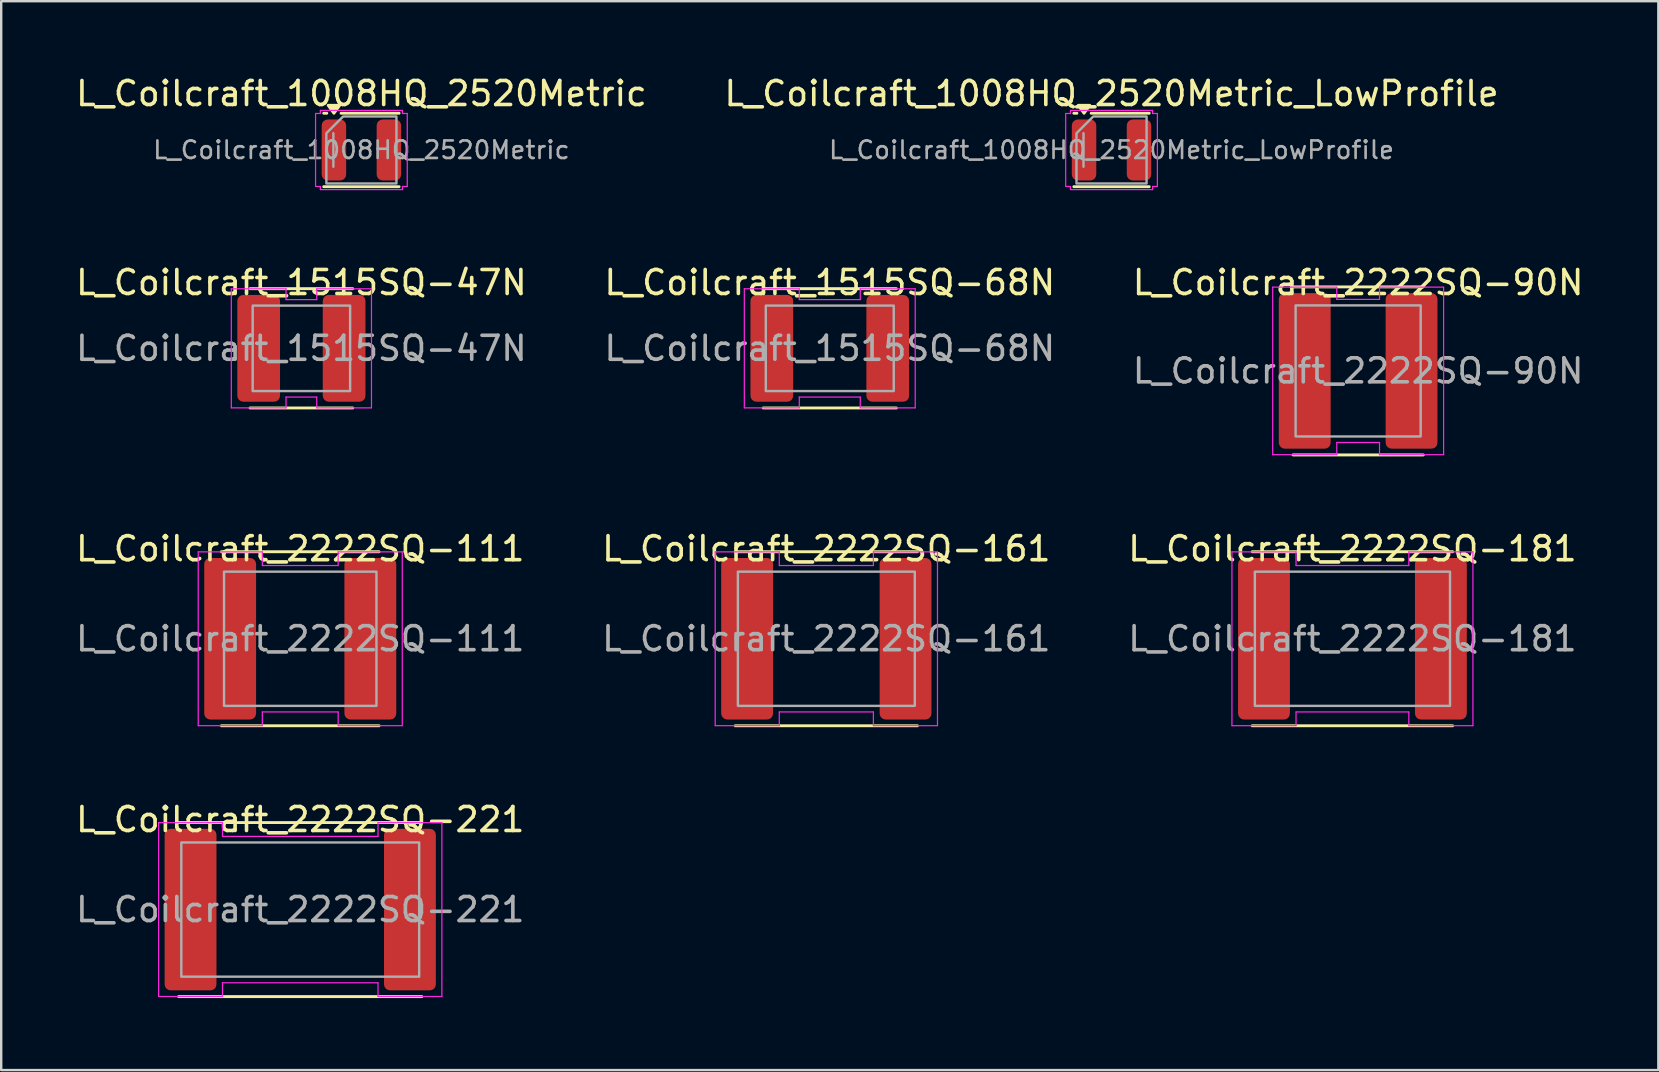
<source format=kicad_pcb>
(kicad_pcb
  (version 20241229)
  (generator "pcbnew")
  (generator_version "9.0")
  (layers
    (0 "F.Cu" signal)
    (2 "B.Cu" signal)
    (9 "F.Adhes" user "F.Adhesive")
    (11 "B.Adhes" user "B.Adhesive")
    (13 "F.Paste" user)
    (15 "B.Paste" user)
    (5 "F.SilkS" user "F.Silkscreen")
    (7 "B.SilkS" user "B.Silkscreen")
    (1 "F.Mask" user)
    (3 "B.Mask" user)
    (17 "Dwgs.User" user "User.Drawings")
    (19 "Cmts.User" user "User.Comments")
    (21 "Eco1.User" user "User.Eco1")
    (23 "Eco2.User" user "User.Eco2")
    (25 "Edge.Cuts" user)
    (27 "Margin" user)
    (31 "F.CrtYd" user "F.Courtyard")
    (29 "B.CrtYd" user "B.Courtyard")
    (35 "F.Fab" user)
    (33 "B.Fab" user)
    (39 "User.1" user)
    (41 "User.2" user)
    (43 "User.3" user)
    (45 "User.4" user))
  (footprint "L_Coilcraft_1515SQ-47N"
    (layer "F.Cu")
    (at 9.506 11.461)
    (property "Reference" "L_Coilcraft_1515SQ-47N" (at 0 -2.74 0) (layer "F.SilkS") (effects (font (size 1 1) (thickness 0.15))))
    (attr smd)
    (fp_line (start -2.14 -2.485) (end 2.14 -2.485) (stroke (width 0.12) (type solid)) (layer "F.SilkS"))
    (fp_line (start 2.14 2.485) (end -2.14 2.485) (stroke (width 0.12) (type solid)) (layer "F.SilkS"))
    (fp_line (start -2.92 -2.48) (end -0.64 -2.48) (stroke (width 0.05) (type solid)) (layer "F.CrtYd"))
    (fp_line (start -2.92 2.48) (end -2.92 -2.48) (stroke (width 0.05) (type solid)) (layer "F.CrtYd"))
    (fp_line (start -0.64 -2.48) (end -0.64 -2.03) (stroke (width 0.05) (type solid)) (layer "F.CrtYd"))
    (fp_line (start -0.64 -2.03) (end 0.64 -2.03) (stroke (width 0.05) (type solid)) (layer "F.CrtYd"))
    (fp_line (start -0.64 2.03) (end -0.64 2.48) (stroke (width 0.05) (type solid)) (layer "F.CrtYd"))
    (fp_line (start -0.64 2.48) (end -2.92 2.48) (stroke (width 0.05) (type solid)) (layer "F.CrtYd"))
    (fp_line (start 0.64 -2.48) (end 2.92 -2.48) (stroke (width 0.05) (type solid)) (layer "F.CrtYd"))
    (fp_line (start 0.64 -2.03) (end 0.64 -2.48) (stroke (width 0.05) (type solid)) (layer "F.CrtYd"))
    (fp_line (start 0.64 2.03) (end -0.64 2.03) (stroke (width 0.05) (type solid)) (layer "F.CrtYd"))
    (fp_line (start 0.64 2.48) (end 0.64 2.03) (stroke (width 0.05) (type solid)) (layer "F.CrtYd"))
    (fp_line (start 2.92 -2.48) (end 2.92 2.48) (stroke (width 0.05) (type solid)) (layer "F.CrtYd"))
    (fp_line (start 2.92 2.48) (end 0.64 2.48) (stroke (width 0.05) (type solid)) (layer "F.CrtYd"))
    (fp_rect (start -2.03 -1.78) (end 2.03 1.78) (stroke (width 0.1) (type solid)) (fill no) (layer "F.Fab"))
    (fp_text user "${REFERENCE}" (at 0 0 0) (layer "F.Fab") (effects (font (size 1 1) (thickness 0.15))))
    (pad "1" smd roundrect (at -1.78 0) (size 1.78 4.45) (layers "F.Cu" "F.Mask" "F.Paste") (roundrect_rratio 0.14))
    (pad "2" smd roundrect (at 1.78 0) (size 1.78 4.45) (layers "F.Cu" "F.Mask" "F.Paste") (roundrect_rratio 0.14)))
  (footprint "L_Coilcraft_2222SQ-161"
    (layer "F.Cu")
    (at 31.375 23.56)
    (property "Reference" "L_Coilcraft_2222SQ-161" (at 0 -3.75 0) (layer "F.SilkS") (effects (font (size 1 1) (thickness 0.15))))
    (attr smd)
    (fp_line (start -3.795 -3.625) (end 3.795 -3.625) (stroke (width 0.12) (type solid)) (layer "F.SilkS"))
    (fp_line (start 3.795 3.625) (end -3.795 3.625) (stroke (width 0.12) (type solid)) (layer "F.SilkS"))
    (fp_line (start -4.63 -3.62) (end -1.96 -3.62) (stroke (width 0.05) (type solid)) (layer "F.CrtYd"))
    (fp_line (start -4.63 3.62) (end -4.63 -3.62) (stroke (width 0.05) (type solid)) (layer "F.CrtYd"))
    (fp_line (start -1.96 -3.62) (end -1.96 -3.05) (stroke (width 0.05) (type solid)) (layer "F.CrtYd"))
    (fp_line (start -1.96 -3.05) (end 1.96 -3.05) (stroke (width 0.05) (type solid)) (layer "F.CrtYd"))
    (fp_line (start -1.96 3.05) (end -1.96 3.62) (stroke (width 0.05) (type solid)) (layer "F.CrtYd"))
    (fp_line (start -1.96 3.62) (end -4.63 3.62) (stroke (width 0.05) (type solid)) (layer "F.CrtYd"))
    (fp_line (start 1.96 -3.62) (end 4.63 -3.62) (stroke (width 0.05) (type solid)) (layer "F.CrtYd"))
    (fp_line (start 1.96 -3.05) (end 1.96 -3.62) (stroke (width 0.05) (type solid)) (layer "F.CrtYd"))
    (fp_line (start 1.96 3.05) (end -1.96 3.05) (stroke (width 0.05) (type solid)) (layer "F.CrtYd"))
    (fp_line (start 1.96 3.62) (end 1.96 3.05) (stroke (width 0.05) (type solid)) (layer "F.CrtYd"))
    (fp_line (start 4.63 -3.62) (end 4.63 3.62) (stroke (width 0.05) (type solid)) (layer "F.CrtYd"))
    (fp_line (start 4.63 3.62) (end 1.96 3.62) (stroke (width 0.05) (type solid)) (layer "F.CrtYd"))
    (fp_rect (start -3.685 -2.795) (end 3.685 2.795) (stroke (width 0.1) (type solid)) (fill no) (layer "F.Fab"))
    (fp_text user "${REFERENCE}" (at 0 0 0) (layer "F.Fab") (effects (font (size 1 1) (thickness 0.15))))
    (pad "1" smd roundrect (at -3.3 0) (size 2.16 6.73) (layers "F.Cu" "F.Mask" "F.Paste") (roundrect_rratio 0.116))
    (pad "2" smd roundrect (at 3.3 0) (size 2.16 6.73) (layers "F.Cu" "F.Mask" "F.Paste") (roundrect_rratio 0.116)))
  (footprint "L_Coilcraft_2222SQ-111"
    (layer "F.Cu")
    (at 9.458 23.56)
    (property "Reference" "L_Coilcraft_2222SQ-111" (at 0 -3.75 0) (layer "F.SilkS") (effects (font (size 1 1) (thickness 0.15))))
    (attr smd)
    (fp_line (start -3.285 -3.625) (end 3.285 -3.625) (stroke (width 0.12) (type solid)) (layer "F.SilkS"))
    (fp_line (start 3.285 3.625) (end -3.285 3.625) (stroke (width 0.12) (type solid)) (layer "F.SilkS"))
    (fp_line (start -4.25 -3.62) (end -1.58 -3.62) (stroke (width 0.05) (type solid)) (layer "F.CrtYd"))
    (fp_line (start -4.25 3.62) (end -4.25 -3.62) (stroke (width 0.05) (type solid)) (layer "F.CrtYd"))
    (fp_line (start -1.58 -3.62) (end -1.58 -3.05) (stroke (width 0.05) (type solid)) (layer "F.CrtYd"))
    (fp_line (start -1.58 -3.05) (end 1.58 -3.05) (stroke (width 0.05) (type solid)) (layer "F.CrtYd"))
    (fp_line (start -1.58 3.05) (end -1.58 3.62) (stroke (width 0.05) (type solid)) (layer "F.CrtYd"))
    (fp_line (start -1.58 3.62) (end -4.25 3.62) (stroke (width 0.05) (type solid)) (layer "F.CrtYd"))
    (fp_line (start 1.58 -3.62) (end 4.25 -3.62) (stroke (width 0.05) (type solid)) (layer "F.CrtYd"))
    (fp_line (start 1.58 -3.05) (end 1.58 -3.62) (stroke (width 0.05) (type solid)) (layer "F.CrtYd"))
    (fp_line (start 1.58 3.05) (end -1.58 3.05) (stroke (width 0.05) (type solid)) (layer "F.CrtYd"))
    (fp_line (start 1.58 3.62) (end 1.58 3.05) (stroke (width 0.05) (type solid)) (layer "F.CrtYd"))
    (fp_line (start 4.25 -3.62) (end 4.25 3.62) (stroke (width 0.05) (type solid)) (layer "F.CrtYd"))
    (fp_line (start 4.25 3.62) (end 1.58 3.62) (stroke (width 0.05) (type solid)) (layer "F.CrtYd"))
    (fp_rect (start -3.175 -2.795) (end 3.175 2.795) (stroke (width 0.1) (type solid)) (fill no) (layer "F.Fab"))
    (fp_text user "${REFERENCE}" (at 0 0 0) (layer "F.Fab") (effects (font (size 1 1) (thickness 0.15))))
    (pad "1" smd roundrect (at -2.92 0) (size 2.16 6.73) (layers "F.Cu" "F.Mask" "F.Paste") (roundrect_rratio 0.116))
    (pad "2" smd roundrect (at 2.92 0) (size 2.16 6.73) (layers "F.Cu" "F.Mask" "F.Paste") (roundrect_rratio 0.116)))
  (footprint "L_Coilcraft_2222SQ-90N"
    (layer "F.Cu")
    (at 53.53 12.402)
    (property "Reference" "L_Coilcraft_2222SQ-90N" (at 0 -3.68 0) (layer "F.SilkS") (effects (font (size 1 1) (thickness 0.15))))
    (attr smd)
    (fp_line (start -2.715 -3.5) (end 2.715 -3.5) (stroke (width 0.12) (type solid)) (layer "F.SilkS"))
    (fp_line (start 2.715 3.5) (end -2.715 3.5) (stroke (width 0.12) (type solid)) (layer "F.SilkS"))
    (fp_line (start -3.56 -3.49) (end -0.89 -3.49) (stroke (width 0.05) (type solid)) (layer "F.CrtYd"))
    (fp_line (start -3.56 3.49) (end -3.56 -3.49) (stroke (width 0.05) (type solid)) (layer "F.CrtYd"))
    (fp_line (start -0.89 -3.49) (end -0.89 -2.98) (stroke (width 0.05) (type solid)) (layer "F.CrtYd"))
    (fp_line (start -0.89 -2.98) (end 0.89 -2.98) (stroke (width 0.05) (type solid)) (layer "F.CrtYd"))
    (fp_line (start -0.89 2.98) (end -0.89 3.49) (stroke (width 0.05) (type solid)) (layer "F.CrtYd"))
    (fp_line (start -0.89 3.49) (end -3.56 3.49) (stroke (width 0.05) (type solid)) (layer "F.CrtYd"))
    (fp_line (start 0.89 -3.49) (end 3.56 -3.49) (stroke (width 0.05) (type solid)) (layer "F.CrtYd"))
    (fp_line (start 0.89 -2.98) (end 0.89 -3.49) (stroke (width 0.05) (type solid)) (layer "F.CrtYd"))
    (fp_line (start 0.89 2.98) (end -0.89 2.98) (stroke (width 0.05) (type solid)) (layer "F.CrtYd"))
    (fp_line (start 0.89 3.49) (end 0.89 2.98) (stroke (width 0.05) (type solid)) (layer "F.CrtYd"))
    (fp_line (start 3.56 -3.49) (end 3.56 3.49) (stroke (width 0.05) (type solid)) (layer "F.CrtYd"))
    (fp_line (start 3.56 3.49) (end 0.89 3.49) (stroke (width 0.05) (type solid)) (layer "F.CrtYd"))
    (fp_rect (start -2.605 -2.73) (end 2.605 2.73) (stroke (width 0.1) (type solid)) (fill no) (layer "F.Fab"))
    (fp_text user "${REFERENCE}" (at 0 0 0) (layer "F.Fab") (effects (font (size 1 1) (thickness 0.15))))
    (pad "1" smd roundrect (at -2.225 0) (size 2.16 6.48) (layers "F.Cu" "F.Mask" "F.Paste") (roundrect_rratio 0.116))
    (pad "2" smd roundrect (at 2.225 0) (size 2.16 6.48) (layers "F.Cu" "F.Mask" "F.Paste") (roundrect_rratio 0.116)))
  (footprint "L_Coilcraft_1008HQ_2520Metric"
    (layer "F.Cu")
    (at 12.006 3.198)
    (property "Reference" "L_Coilcraft_1008HQ_2520Metric" (at 0 -2.35 0) (layer "F.SilkS") (effects (font (size 1 1) (thickness 0.15))))
    (attr smd)
    (fp_line (start -1.57 -1.53) (end -1.442 -1.53) (stroke (width 0.12) (type solid)) (layer "F.SilkS"))
    (fp_line (start -0.848 -1.53) (end 1.57 -1.53) (stroke (width 0.12) (type solid)) (layer "F.SilkS"))
    (fp_line (start 1.57 1.53) (end -1.57 1.53) (stroke (width 0.12) (type solid)) (layer "F.SilkS"))
    (fp_poly (pts (xy -1.145 -1.53) (xy -1.385 -1.86) (xy -0.905 -1.86)) (stroke (width 0.12) (type solid)) (fill yes) (layer "F.SilkS"))
    (fp_line (start -1.91 -1.52) (end -1.71 -1.52) (stroke (width 0.05) (type solid)) (layer "F.CrtYd"))
    (fp_line (start -1.91 1.52) (end -1.91 -1.52) (stroke (width 0.05) (type solid)) (layer "F.CrtYd"))
    (fp_line (start -1.71 -1.65) (end 1.71 -1.65) (stroke (width 0.05) (type solid)) (layer "F.CrtYd"))
    (fp_line (start -1.71 -1.52) (end -1.71 -1.65) (stroke (width 0.05) (type solid)) (layer "F.CrtYd"))
    (fp_line (start -1.71 1.52) (end -1.91 1.52) (stroke (width 0.05) (type solid)) (layer "F.CrtYd"))
    (fp_line (start -1.71 1.65) (end -1.71 1.52) (stroke (width 0.05) (type solid)) (layer "F.CrtYd"))
    (fp_line (start 1.71 -1.65) (end 1.71 -1.52) (stroke (width 0.05) (type solid)) (layer "F.CrtYd"))
    (fp_line (start 1.71 -1.52) (end 1.91 -1.52) (stroke (width 0.05) (type solid)) (layer "F.CrtYd"))
    (fp_line (start 1.71 1.52) (end 1.71 1.65) (stroke (width 0.05) (type solid)) (layer "F.CrtYd"))
    (fp_line (start 1.71 1.65) (end -1.71 1.65) (stroke (width 0.05) (type solid)) (layer "F.CrtYd"))
    (fp_line (start 1.91 -1.52) (end 1.91 1.52) (stroke (width 0.05) (type solid)) (layer "F.CrtYd"))
    (fp_line (start 1.91 1.52) (end 1.71 1.52) (stroke (width 0.05) (type solid)) (layer "F.CrtYd"))
    (fp_line (start -1.168 0.698) (end -1.168 -0.698) (stroke (width 0.1) (type solid)) (layer "F.Fab"))
    (fp_poly (pts (xy -1.46 -0.698) (xy -1.46 1.395) (xy 1.46 1.395) (xy 1.46 -1.395) (xy -0.762 -1.395)) (stroke (width 0.1) (type solid)) (fill no) (layer "F.Fab"))
    (fp_text user "${REFERENCE}" (at 0 0 0) (layer "F.Fab") (effects (font (size 0.73 0.73) (thickness 0.11))))
    (pad "1" smd roundrect (at -1.145 0) (size 1.02 2.54) (layers "F.Cu" "F.Mask" "F.Paste") (roundrect_rratio 0.245))
    (pad "2" smd roundrect (at 1.145 0) (size 1.02 2.54) (layers "F.Cu" "F.Mask" "F.Paste") (roundrect_rratio 0.245)))
  (footprint "L_Coilcraft_1008HQ_2520Metric_LowProfile"
    (layer "F.Cu")
    (at 43.256 3.198)
    (property "Reference" "L_Coilcraft_1008HQ_2520Metric_LowProfile" (at 0 -2.35 0) (layer "F.SilkS") (effects (font (size 1 1) (thickness 0.15))))
    (attr smd)
    (fp_line (start -1.57 -1.53) (end -1.442 -1.53) (stroke (width 0.12) (type solid)) (layer "F.SilkS"))
    (fp_line (start -0.848 -1.53) (end 1.57 -1.53) (stroke (width 0.12) (type solid)) (layer "F.SilkS"))
    (fp_line (start 1.57 1.53) (end -1.57 1.53) (stroke (width 0.12) (type solid)) (layer "F.SilkS"))
    (fp_poly (pts (xy -1.145 -1.53) (xy -1.385 -1.86) (xy -0.905 -1.86)) (stroke (width 0.12) (type solid)) (fill yes) (layer "F.SilkS"))
    (fp_line (start -1.91 -1.52) (end -1.71 -1.52) (stroke (width 0.05) (type solid)) (layer "F.CrtYd"))
    (fp_line (start -1.91 1.52) (end -1.91 -1.52) (stroke (width 0.05) (type solid)) (layer "F.CrtYd"))
    (fp_line (start -1.71 -1.65) (end 1.71 -1.65) (stroke (width 0.05) (type solid)) (layer "F.CrtYd"))
    (fp_line (start -1.71 -1.52) (end -1.71 -1.65) (stroke (width 0.05) (type solid)) (layer "F.CrtYd"))
    (fp_line (start -1.71 1.52) (end -1.91 1.52) (stroke (width 0.05) (type solid)) (layer "F.CrtYd"))
    (fp_line (start -1.71 1.65) (end -1.71 1.52) (stroke (width 0.05) (type solid)) (layer "F.CrtYd"))
    (fp_line (start 1.71 -1.65) (end 1.71 -1.52) (stroke (width 0.05) (type solid)) (layer "F.CrtYd"))
    (fp_line (start 1.71 -1.52) (end 1.91 -1.52) (stroke (width 0.05) (type solid)) (layer "F.CrtYd"))
    (fp_line (start 1.71 1.52) (end 1.71 1.65) (stroke (width 0.05) (type solid)) (layer "F.CrtYd"))
    (fp_line (start 1.71 1.65) (end -1.71 1.65) (stroke (width 0.05) (type solid)) (layer "F.CrtYd"))
    (fp_line (start 1.91 -1.52) (end 1.91 1.52) (stroke (width 0.05) (type solid)) (layer "F.CrtYd"))
    (fp_line (start 1.91 1.52) (end 1.71 1.52) (stroke (width 0.05) (type solid)) (layer "F.CrtYd"))
    (fp_line (start -1.168 0.698) (end -1.168 -0.698) (stroke (width 0.1) (type solid)) (layer "F.Fab"))
    (fp_poly (pts (xy -1.46 -0.698) (xy -1.46 1.395) (xy 1.46 1.395) (xy 1.46 -1.395) (xy -0.762 -1.395)) (stroke (width 0.1) (type solid)) (fill no) (layer "F.Fab"))
    (fp_text user "${REFERENCE}" (at 0 0 0) (layer "F.Fab") (effects (font (size 0.73 0.73) (thickness 0.11))))
    (pad "1" smd roundrect (at -1.145 0) (size 1.02 2.54) (layers "F.Cu" "F.Mask" "F.Paste") (roundrect_rratio 0.245))
    (pad "2" smd roundrect (at 1.145 0) (size 1.02 2.54) (layers "F.Cu" "F.Mask" "F.Paste") (roundrect_rratio 0.245)))
  (footprint "L_Coilcraft_2222SQ-181"
    (layer "F.Cu")
    (at 53.292 23.56)
    (property "Reference" "L_Coilcraft_2222SQ-181" (at 0 -3.75 0) (layer "F.SilkS") (effects (font (size 1 1) (thickness 0.15))))
    (attr smd)
    (fp_line (start -4.175 -3.625) (end 4.175 -3.625) (stroke (width 0.12) (type solid)) (layer "F.SilkS"))
    (fp_line (start 4.175 3.625) (end -4.175 3.625) (stroke (width 0.12) (type solid)) (layer "F.SilkS"))
    (fp_line (start -5.02 -3.62) (end -2.35 -3.62) (stroke (width 0.05) (type solid)) (layer "F.CrtYd"))
    (fp_line (start -5.02 3.62) (end -5.02 -3.62) (stroke (width 0.05) (type solid)) (layer "F.CrtYd"))
    (fp_line (start -2.35 -3.62) (end -2.35 -3.05) (stroke (width 0.05) (type solid)) (layer "F.CrtYd"))
    (fp_line (start -2.35 -3.05) (end 2.35 -3.05) (stroke (width 0.05) (type solid)) (layer "F.CrtYd"))
    (fp_line (start -2.35 3.05) (end -2.35 3.62) (stroke (width 0.05) (type solid)) (layer "F.CrtYd"))
    (fp_line (start -2.35 3.62) (end -5.02 3.62) (stroke (width 0.05) (type solid)) (layer "F.CrtYd"))
    (fp_line (start 2.35 -3.62) (end 5.02 -3.62) (stroke (width 0.05) (type solid)) (layer "F.CrtYd"))
    (fp_line (start 2.35 -3.05) (end 2.35 -3.62) (stroke (width 0.05) (type solid)) (layer "F.CrtYd"))
    (fp_line (start 2.35 3.05) (end -2.35 3.05) (stroke (width 0.05) (type solid)) (layer "F.CrtYd"))
    (fp_line (start 2.35 3.62) (end 2.35 3.05) (stroke (width 0.05) (type solid)) (layer "F.CrtYd"))
    (fp_line (start 5.02 -3.62) (end 5.02 3.62) (stroke (width 0.05) (type solid)) (layer "F.CrtYd"))
    (fp_line (start 5.02 3.62) (end 2.35 3.62) (stroke (width 0.05) (type solid)) (layer "F.CrtYd"))
    (fp_rect (start -4.065 -2.795) (end 4.065 2.795) (stroke (width 0.1) (type solid)) (fill no) (layer "F.Fab"))
    (fp_text user "${REFERENCE}" (at 0 0 0) (layer "F.Fab") (effects (font (size 1 1) (thickness 0.15))))
    (pad "1" smd roundrect (at -3.685 0) (size 2.16 6.73) (layers "F.Cu" "F.Mask" "F.Paste") (roundrect_rratio 0.116))
    (pad "2" smd roundrect (at 3.685 0) (size 2.16 6.73) (layers "F.Cu" "F.Mask" "F.Paste") (roundrect_rratio 0.116)))
  (footprint "L_Coilcraft_2222SQ-221"
    (layer "F.Cu")
    (at 9.458 34.843)
    (property "Reference" "L_Coilcraft_2222SQ-221" (at 0 -3.75 0) (layer "F.SilkS") (effects (font (size 1 1) (thickness 0.15))))
    (attr smd)
    (fp_line (start -5.065 -3.625) (end 5.065 -3.625) (stroke (width 0.12) (type solid)) (layer "F.SilkS"))
    (fp_line (start 5.065 3.625) (end -5.065 3.625) (stroke (width 0.12) (type solid)) (layer "F.SilkS"))
    (fp_line (start -5.9 -3.62) (end -3.24 -3.62) (stroke (width 0.05) (type solid)) (layer "F.CrtYd"))
    (fp_line (start -5.9 3.62) (end -5.9 -3.62) (stroke (width 0.05) (type solid)) (layer "F.CrtYd"))
    (fp_line (start -3.24 -3.62) (end -3.24 -3.05) (stroke (width 0.05) (type solid)) (layer "F.CrtYd"))
    (fp_line (start -3.24 -3.05) (end 3.24 -3.05) (stroke (width 0.05) (type solid)) (layer "F.CrtYd"))
    (fp_line (start -3.24 3.05) (end -3.24 3.62) (stroke (width 0.05) (type solid)) (layer "F.CrtYd"))
    (fp_line (start -3.24 3.62) (end -5.9 3.62) (stroke (width 0.05) (type solid)) (layer "F.CrtYd"))
    (fp_line (start 3.24 -3.62) (end 5.9 -3.62) (stroke (width 0.05) (type solid)) (layer "F.CrtYd"))
    (fp_line (start 3.24 -3.05) (end 3.24 -3.62) (stroke (width 0.05) (type solid)) (layer "F.CrtYd"))
    (fp_line (start 3.24 3.05) (end -3.24 3.05) (stroke (width 0.05) (type solid)) (layer "F.CrtYd"))
    (fp_line (start 3.24 3.62) (end 3.24 3.05) (stroke (width 0.05) (type solid)) (layer "F.CrtYd"))
    (fp_line (start 5.9 -3.62) (end 5.9 3.62) (stroke (width 0.05) (type solid)) (layer "F.CrtYd"))
    (fp_line (start 5.9 3.62) (end 3.24 3.62) (stroke (width 0.05) (type solid)) (layer "F.CrtYd"))
    (fp_rect (start -4.955 -2.795) (end 4.955 2.795) (stroke (width 0.1) (type solid)) (fill no) (layer "F.Fab"))
    (fp_text user "${REFERENCE}" (at 0 0 0) (layer "F.Fab") (effects (font (size 1 1) (thickness 0.15))))
    (pad "1" smd roundrect (at -4.57 0) (size 2.16 6.73) (layers "F.Cu" "F.Mask" "F.Paste") (roundrect_rratio 0.116))
    (pad "2" smd roundrect (at 4.57 0) (size 2.16 6.73) (layers "F.Cu" "F.Mask" "F.Paste") (roundrect_rratio 0.116)))
  (footprint "L_Coilcraft_1515SQ-68N"
    (layer "F.Cu")
    (at 31.518 11.461)
    (property "Reference" "L_Coilcraft_1515SQ-68N" (at 0 -2.74 0) (layer "F.SilkS") (effects (font (size 1 1) (thickness 0.15))))
    (attr smd)
    (fp_line (start -2.775 -2.485) (end 2.775 -2.485) (stroke (width 0.12) (type solid)) (layer "F.SilkS"))
    (fp_line (start 2.775 2.485) (end -2.775 2.485) (stroke (width 0.12) (type solid)) (layer "F.SilkS"))
    (fp_line (start -3.56 -2.48) (end -1.27 -2.48) (stroke (width 0.05) (type solid)) (layer "F.CrtYd"))
    (fp_line (start -3.56 2.48) (end -3.56 -2.48) (stroke (width 0.05) (type solid)) (layer "F.CrtYd"))
    (fp_line (start -1.27 -2.48) (end -1.27 -2.03) (stroke (width 0.05) (type solid)) (layer "F.CrtYd"))
    (fp_line (start -1.27 -2.03) (end 1.27 -2.03) (stroke (width 0.05) (type solid)) (layer "F.CrtYd"))
    (fp_line (start -1.27 2.03) (end -1.27 2.48) (stroke (width 0.05) (type solid)) (layer "F.CrtYd"))
    (fp_line (start -1.27 2.48) (end -3.56 2.48) (stroke (width 0.05) (type solid)) (layer "F.CrtYd"))
    (fp_line (start 1.27 -2.48) (end 3.56 -2.48) (stroke (width 0.05) (type solid)) (layer "F.CrtYd"))
    (fp_line (start 1.27 -2.03) (end 1.27 -2.48) (stroke (width 0.05) (type solid)) (layer "F.CrtYd"))
    (fp_line (start 1.27 2.03) (end -1.27 2.03) (stroke (width 0.05) (type solid)) (layer "F.CrtYd"))
    (fp_line (start 1.27 2.48) (end 1.27 2.03) (stroke (width 0.05) (type solid)) (layer "F.CrtYd"))
    (fp_line (start 3.56 -2.48) (end 3.56 2.48) (stroke (width 0.05) (type solid)) (layer "F.CrtYd"))
    (fp_line (start 3.56 2.48) (end 1.27 2.48) (stroke (width 0.05) (type solid)) (layer "F.CrtYd"))
    (fp_rect (start -2.665 -1.78) (end 2.665 1.78) (stroke (width 0.1) (type solid)) (fill no) (layer "F.Fab"))
    (fp_text user "${REFERENCE}" (at 0 0 0) (layer "F.Fab") (effects (font (size 1 1) (thickness 0.15))))
    (pad "1" smd roundrect (at -2.415 0) (size 1.78 4.45) (layers "F.Cu" "F.Mask" "F.Paste") (roundrect_rratio 0.14))
    (pad "2" smd roundrect (at 2.415 0) (size 1.78 4.45) (layers "F.Cu" "F.Mask" "F.Paste") (roundrect_rratio 0.14)))
  (gr_rect
    (start -3 -3)
    (end 66.036 41.528)
    (stroke (width 0.1) (type default))
    (fill no)
    (layer "Edge.Cuts")))
</source>
